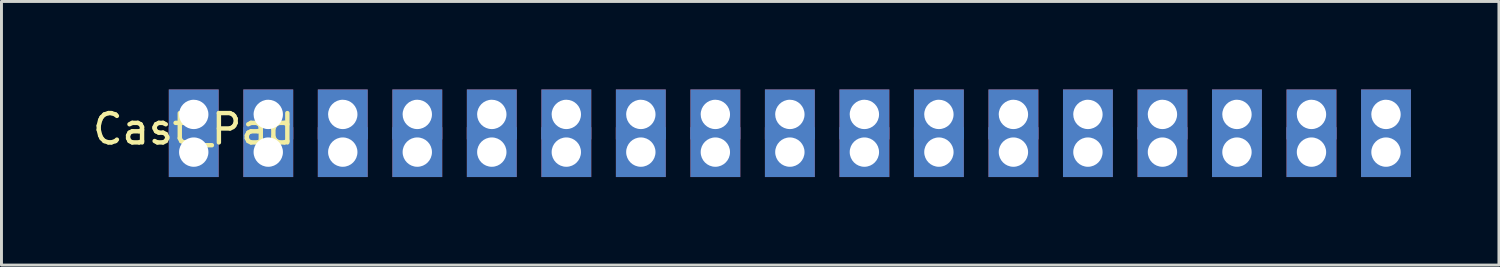
<source format=kicad_pcb>
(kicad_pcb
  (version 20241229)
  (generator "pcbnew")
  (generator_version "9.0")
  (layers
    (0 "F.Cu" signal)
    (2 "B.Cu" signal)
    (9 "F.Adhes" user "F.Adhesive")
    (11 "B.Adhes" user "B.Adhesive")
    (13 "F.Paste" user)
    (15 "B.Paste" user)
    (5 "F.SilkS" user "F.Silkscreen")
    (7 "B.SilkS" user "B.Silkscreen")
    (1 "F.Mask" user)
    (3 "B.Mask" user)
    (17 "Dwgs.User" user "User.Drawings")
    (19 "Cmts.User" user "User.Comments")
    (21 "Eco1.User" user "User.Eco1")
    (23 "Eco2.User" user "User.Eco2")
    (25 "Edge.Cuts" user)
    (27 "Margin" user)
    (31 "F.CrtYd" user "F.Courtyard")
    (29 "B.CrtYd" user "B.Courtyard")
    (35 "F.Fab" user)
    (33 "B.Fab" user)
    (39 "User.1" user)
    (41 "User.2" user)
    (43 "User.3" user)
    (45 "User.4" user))
  (footprint "Cast_Pad"
    (layer "F.Cu")
    (at 3.554 0.85)
    (property "Reference" "Cast_Pad" (at 0 0.5 0) (layer "F.SilkS") (effects (font (size 1 1) (thickness 0.15))))
    (attr through_hole)
    (pad "1" thru_hole rect (at 0 0) (size 1.7 1.7) (drill 1) (layers "*.Cu" "*.Mask"))
    (pad "1" thru_hole rect (at 0 1.285) (size 1.7 1.7) (drill 1) (layers "*.Cu" "*.Mask"))
    (pad "2" thru_hole rect (at 2.54 0) (size 1.7 1.7) (drill 1) (layers "*.Cu" "*.Mask"))
    (pad "2" thru_hole rect (at 2.54 1.285) (size 1.7 1.7) (drill 1) (layers "*.Cu" "*.Mask"))
    (pad "3" thru_hole rect (at 5.08 0) (size 1.7 1.7) (drill 1) (layers "*.Cu" "*.Mask"))
    (pad "3" thru_hole rect (at 5.08 1.285) (size 1.7 1.7) (drill 1) (layers "*.Cu" "*.Mask"))
    (pad "4" thru_hole rect (at 7.62 0) (size 1.7 1.7) (drill 1) (layers "*.Cu" "*.Mask"))
    (pad "4" thru_hole rect (at 7.62 1.285) (size 1.7 1.7) (drill 1) (layers "*.Cu" "*.Mask"))
    (pad "5" thru_hole rect (at 10.16 0) (size 1.7 1.7) (drill 1) (layers "*.Cu" "*.Mask"))
    (pad "5" thru_hole rect (at 10.16 1.285) (size 1.7 1.7) (drill 1) (layers "*.Cu" "*.Mask"))
    (pad "6" thru_hole rect (at 12.7 0) (size 1.7 1.7) (drill 1) (layers "*.Cu" "*.Mask"))
    (pad "6" thru_hole rect (at 12.7 1.285) (size 1.7 1.7) (drill 1) (layers "*.Cu" "*.Mask"))
    (pad "7" thru_hole rect (at 15.24 0) (size 1.7 1.7) (drill 1) (layers "*.Cu" "*.Mask"))
    (pad "7" thru_hole rect (at 15.24 1.285) (size 1.7 1.7) (drill 1) (layers "*.Cu" "*.Mask"))
    (pad "8" thru_hole rect (at 17.78 0) (size 1.7 1.7) (drill 1) (layers "*.Cu" "*.Mask"))
    (pad "8" thru_hole rect (at 17.78 1.285) (size 1.7 1.7) (drill 1) (layers "*.Cu" "*.Mask"))
    (pad "9" thru_hole rect (at 20.32 0) (size 1.7 1.7) (drill 1) (layers "*.Cu" "*.Mask"))
    (pad "9" thru_hole rect (at 20.32 1.285) (size 1.7 1.7) (drill 1) (layers "*.Cu" "*.Mask"))
    (pad "10" thru_hole rect (at 22.86 0) (size 1.7 1.7) (drill 1) (layers "*.Cu" "*.Mask"))
    (pad "10" thru_hole rect (at 22.86 1.285) (size 1.7 1.7) (drill 1) (layers "*.Cu" "*.Mask"))
    (pad "11" thru_hole rect (at 25.4 0) (size 1.7 1.7) (drill 1) (layers "*.Cu" "*.Mask"))
    (pad "11" thru_hole rect (at 25.4 1.285) (size 1.7 1.7) (drill 1) (layers "*.Cu" "*.Mask"))
    (pad "12" thru_hole rect (at 27.94 0) (size 1.7 1.7) (drill 1) (layers "*.Cu" "*.Mask"))
    (pad "12" thru_hole rect (at 27.94 1.285) (size 1.7 1.7) (drill 1) (layers "*.Cu" "*.Mask"))
    (pad "13" thru_hole rect (at 30.48 0) (size 1.7 1.7) (drill 1) (layers "*.Cu" "*.Mask"))
    (pad "13" thru_hole rect (at 30.48 1.285) (size 1.7 1.7) (drill 1) (layers "*.Cu" "*.Mask"))
    (pad "14" thru_hole rect (at 33.02 0) (size 1.7 1.7) (drill 1) (layers "*.Cu" "*.Mask"))
    (pad "14" thru_hole rect (at 33.02 1.285) (size 1.7 1.7) (drill 1) (layers "*.Cu" "*.Mask"))
    (pad "15" thru_hole rect (at 35.56 0) (size 1.7 1.7) (drill 1) (layers "*.Cu" "*.Mask"))
    (pad "15" thru_hole rect (at 35.56 1.285) (size 1.7 1.7) (drill 1) (layers "*.Cu" "*.Mask"))
    (pad "16" thru_hole rect (at 38.1 0) (size 1.7 1.7) (drill 1) (layers "*.Cu" "*.Mask"))
    (pad "16" thru_hole rect (at 38.1 1.285) (size 1.7 1.7) (drill 1) (layers "*.Cu" "*.Mask"))
    (pad "17" thru_hole rect (at 40.64 0) (size 1.7 1.7) (drill 1) (layers "*.Cu" "*.Mask"))
    (pad "17" thru_hole rect (at 40.64 1.285) (size 1.7 1.7) (drill 1) (layers "*.Cu" "*.Mask")))
  (gr_rect
    (start -3 -3)
    (end 48.044 5.985)
    (stroke (width 0.1) (type default))
    (fill no)
    (layer "Edge.Cuts")))
</source>
